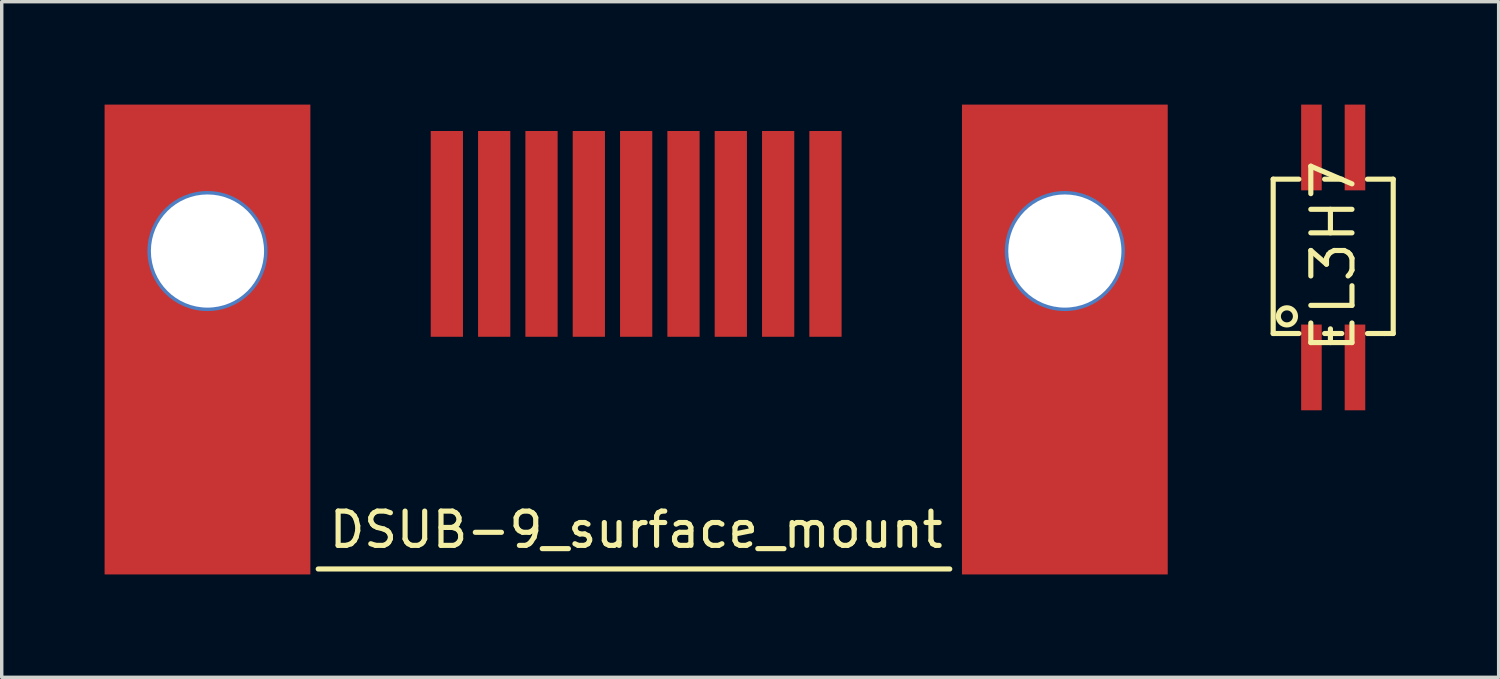
<source format=kicad_pcb>
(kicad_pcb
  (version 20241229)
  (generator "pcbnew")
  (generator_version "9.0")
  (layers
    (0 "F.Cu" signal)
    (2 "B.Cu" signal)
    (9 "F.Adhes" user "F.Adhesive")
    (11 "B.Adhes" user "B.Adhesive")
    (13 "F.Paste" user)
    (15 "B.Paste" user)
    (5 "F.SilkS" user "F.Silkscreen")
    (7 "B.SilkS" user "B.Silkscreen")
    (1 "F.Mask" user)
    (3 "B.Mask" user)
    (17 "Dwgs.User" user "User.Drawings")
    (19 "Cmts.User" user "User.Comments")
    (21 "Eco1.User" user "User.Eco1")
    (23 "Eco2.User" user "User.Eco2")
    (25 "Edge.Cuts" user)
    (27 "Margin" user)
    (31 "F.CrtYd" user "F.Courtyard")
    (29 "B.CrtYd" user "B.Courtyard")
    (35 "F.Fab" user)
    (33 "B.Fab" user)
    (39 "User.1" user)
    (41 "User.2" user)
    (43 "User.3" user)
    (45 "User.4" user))
  (footprint "DSUB-9_surface_mount"
    (layer "F.Cu")
    (at 15.5 4.27)
    (property "Reference" "DSUB-9_surface_mount" (at 0 8.128 180) (layer "F.SilkS") (effects (font (size 1 1) (thickness 0.15))))
    (attr through_hole)
    (fp_line (start -9.271 9.271) (end 9.144 9.271) (stroke (width 0.15) (type solid)) (layer "F.SilkS"))
    (pad "1" connect rect (at 5.52 -0.5) (size 0.94 6) (layers "F.Cu" "F.Mask"))
    (pad "2" connect rect (at 4.14 -0.5) (size 0.94 6) (layers "F.Cu" "F.Mask"))
    (pad "3" connect rect (at 2.76 -0.5) (size 0.94 6) (layers "F.Cu" "F.Mask"))
    (pad "4" connect rect (at 1.38 -0.5) (size 0.94 6) (layers "F.Cu" "F.Mask"))
    (pad "5" connect rect (at 0 -0.5) (size 0.94 6) (layers "F.Cu" "F.Mask"))
    (pad "6" connect rect (at -1.38 -0.5) (size 0.94 6) (layers "F.Cu" "F.Mask"))
    (pad "7" connect rect (at -2.76 -0.5) (size 0.94 6) (layers "F.Cu" "F.Mask"))
    (pad "8" connect rect (at -4.14 -0.5) (size 0.94 6) (layers "F.Cu" "F.Mask"))
    (pad "9" connect rect (at -5.52 -0.5) (size 0.94 6) (layers "F.Cu" "F.Mask"))
    (pad "10" thru_hole circle (at -12.5 0) (size 3.5 3.5) (drill 3.3) (layers "*.Cu" "*.Mask"))
    (pad "10" smd rect (at -12.5 2.58) (size 6 13.7) (layers "F.Cu" "F.Mask" "F.Paste"))
    (pad "10" thru_hole circle (at 12.5 0) (size 3.5 3.5) (drill 3.3) (layers "*.Cu" "*.Mask"))
    (pad "10" smd rect (at 12.5 2.58) (size 6 13.7) (layers "F.Cu" "F.Mask" "F.Paste")))
  (footprint "EL3H7"
    (layer "F.Cu")
    (at 35.825 4.425)
    (property "Reference" "EL3H7" (at 0 0 90) (layer "F.SilkS") (effects (font (size 1.2 1.2) (thickness 0.15))))
    (attr through_hole)
    (fp_line (start -1.75 -2.25) (end -1.75 2.25) (stroke (width 0.15) (type solid)) (layer "F.SilkS"))
    (fp_line (start -1.75 2.25) (end -1 2.25) (stroke (width 0.15) (type solid)) (layer "F.SilkS"))
    (fp_line (start -1 -2.25) (end -1.75 -2.25) (stroke (width 0.15) (type solid)) (layer "F.SilkS"))
    (fp_line (start -0.25 2.25) (end 0.25 2.25) (stroke (width 0.15) (type solid)) (layer "F.SilkS"))
    (fp_line (start 0.25 -2.25) (end -0.25 -2.25) (stroke (width 0.15) (type solid)) (layer "F.SilkS"))
    (fp_line (start 1 2.25) (end 1.5 2.25) (stroke (width 0.15) (type solid)) (layer "F.SilkS"))
    (fp_line (start 1.5 2.25) (end 1.75 2.25) (stroke (width 0.15) (type solid)) (layer "F.SilkS"))
    (fp_line (start 1.75 -2.25) (end 1 -2.25) (stroke (width 0.15) (type solid)) (layer "F.SilkS"))
    (fp_line (start 1.75 2.25) (end 1.75 -2.25) (stroke (width 0.15) (type solid)) (layer "F.SilkS"))
    (fp_circle (center -1.35 1.75) (end -1.1 1.75) (stroke (width 0.15) (type solid)) (fill no) (layer "F.SilkS"))
    (pad "1" smd rect (at -0.635 3.239) (size 0.6 2.5) (layers "F.Cu" "F.Mask" "F.Paste"))
    (pad "2" smd rect (at 0.635 3.239) (size 0.6 2.5) (layers "F.Cu" "F.Mask" "F.Paste"))
    (pad "3" smd rect (at 0.635 -3.175) (size 0.6 2.5) (layers "F.Cu" "F.Mask" "F.Paste"))
    (pad "4" smd rect (at -0.635 -3.175) (size 0.6 2.5) (layers "F.Cu" "F.Mask" "F.Paste")))
  (gr_rect
    (start -3 -3)
    (end 40.65 16.7)
    (stroke (width 0.1) (type default))
    (fill no)
    (layer "Edge.Cuts")))
</source>
